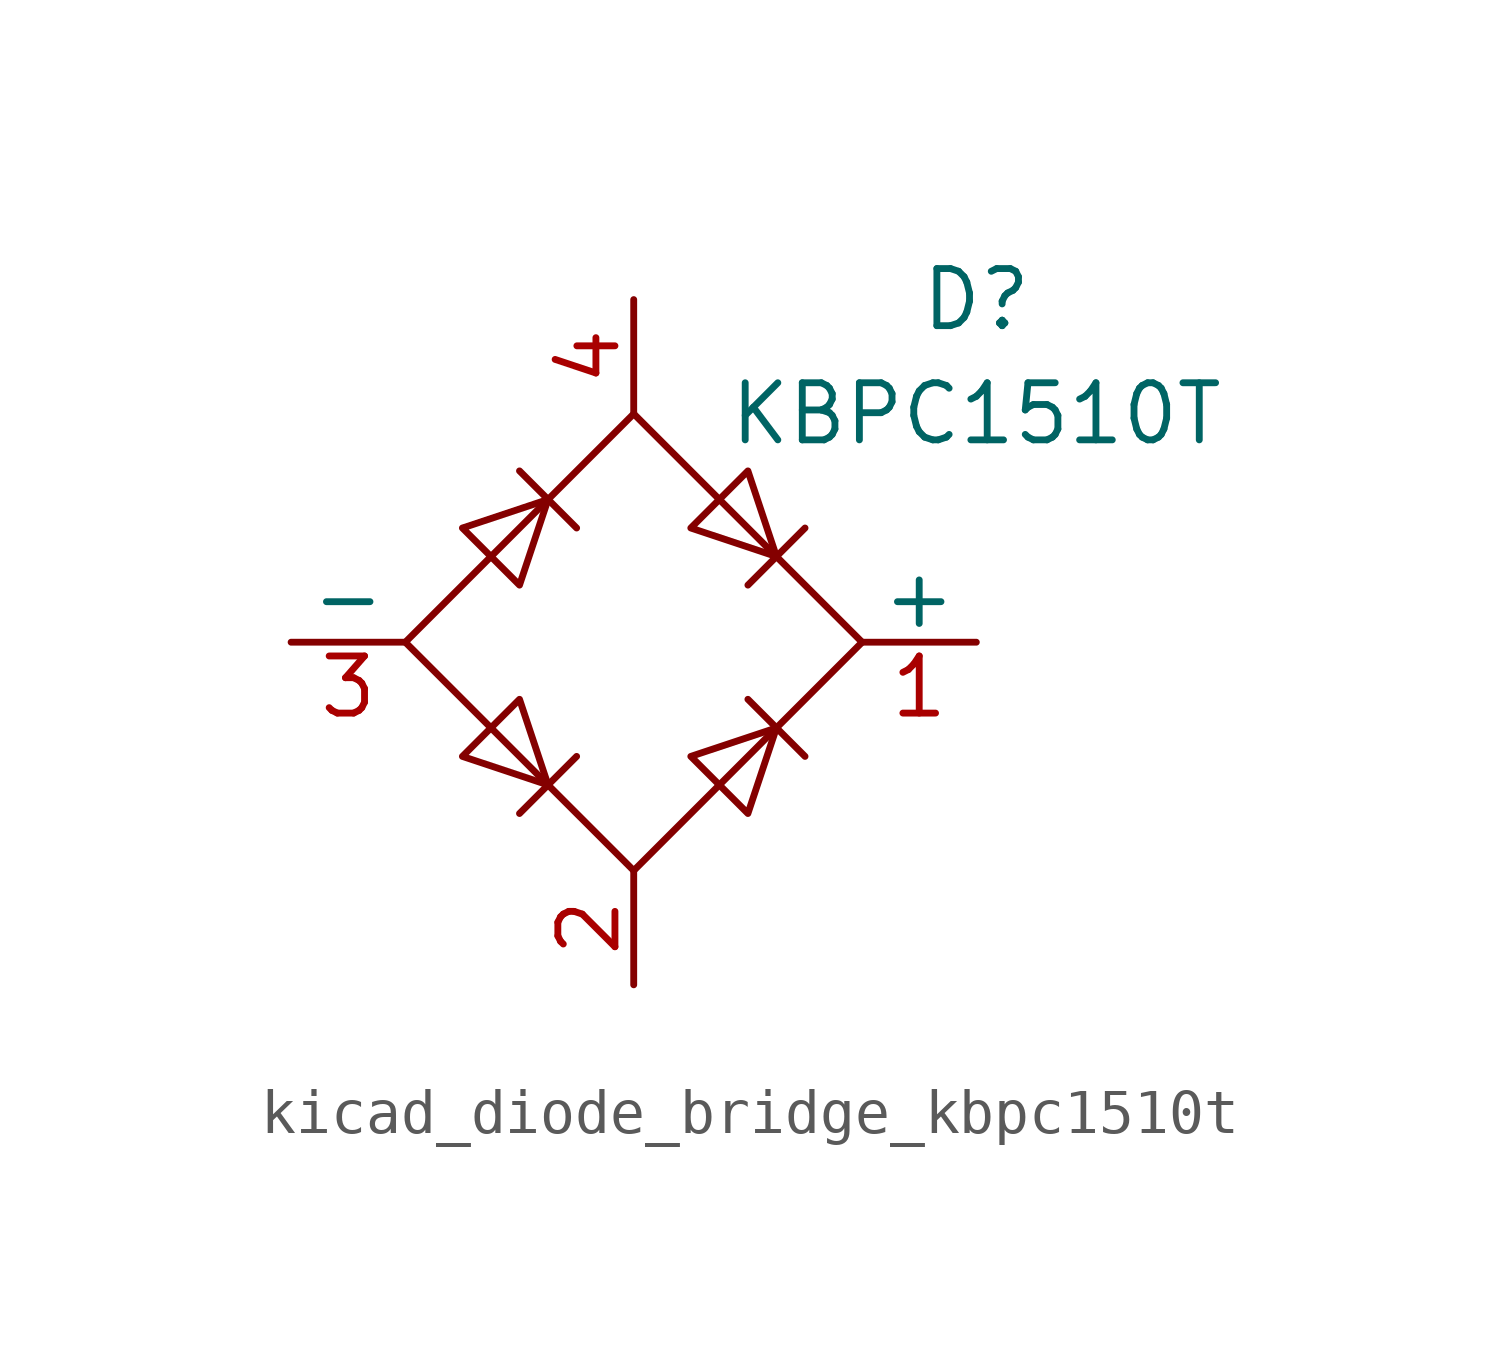
<source format=kicad_sym>
(kicad_symbol_lib
  (version 20220914)
  (generator kicad_symbol_editor)
  (symbol "kicad_diode_bridge_kbpc1510t"
    (pin_names
      (offset 0))
    (property "Reference" "D"
      (at 7.62 7.62 0)
      (effects (font (size 1.27 1.27))))
    (property "Value" "KBPC1510T"
      (at 7.62 5.08 0)
      (effects (font (size 1.27 1.27))))
    (symbol "kicad_diode_bridge_kbpc1510t_0_1"
      (polyline (pts (xy -2.54 3.81) (xy -1.27 2.54)) (stroke (width 0) (type default)) (fill (type none)))
      (polyline (pts (xy -1.27 -2.54) (xy -2.54 -3.81)) (stroke (width 0) (type default)) (fill (type none)))
      (polyline (pts (xy 2.54 -1.27) (xy 3.81 -2.54)) (stroke (width 0) (type default)) (fill (type none)))
      (polyline (pts (xy 2.54 1.27) (xy 3.81 2.54)) (stroke (width 0) (type default)) (fill (type none)))
      (polyline (pts (xy -3.81 2.54) (xy -2.54 1.27) (xy -1.905 3.175) (xy -3.81 2.54)) (stroke (width 0) (type default)) (fill (type none)))
      (polyline (pts (xy -2.54 -1.27) (xy -3.81 -2.54) (xy -1.905 -3.175) (xy -2.54 -1.27)) (stroke (width 0) (type default)) (fill (type none)))
      (polyline (pts (xy 1.27 2.54) (xy 2.54 3.81) (xy 3.175 1.905) (xy 1.27 2.54)) (stroke (width 0) (type default)) (fill (type none)))
      (polyline (pts (xy 3.175 -1.905) (xy 1.27 -2.54) (xy 2.54 -3.81) (xy 3.175 -1.905)) (stroke (width 0) (type default)) (fill (type none)))
      (polyline (pts (xy -5.08 0) (xy 0 -5.08) (xy 5.08 0) (xy 0 5.08) (xy -5.08 0)) (stroke (width 0) (type default)) (fill (type none))))
    (symbol "kicad_diode_bridge_kbpc1510t_1_1"
      (pin passive line (at 7.62 0 180) (length 2.54) (name "+" (effects (font (size 1.27 1.27)))) (number "1" (effects (font (size 1.27 1.27)))))
      (pin passive line (at 0 -7.62 90) (length 2.54) (name "~" (effects (font (size 1.27 1.27)))) (number "2" (effects (font (size 1.27 1.27)))))
      (pin passive line (at -7.62 0 0) (length 2.54) (name "-" (effects (font (size 1.27 1.27)))) (number "3" (effects (font (size 1.27 1.27)))))
      (pin passive line (at 0 7.62 270) (length 2.54) (name "~" (effects (font (size 1.27 1.27)))) (number "4" (effects (font (size 1.27 1.27))))))))
</source>
